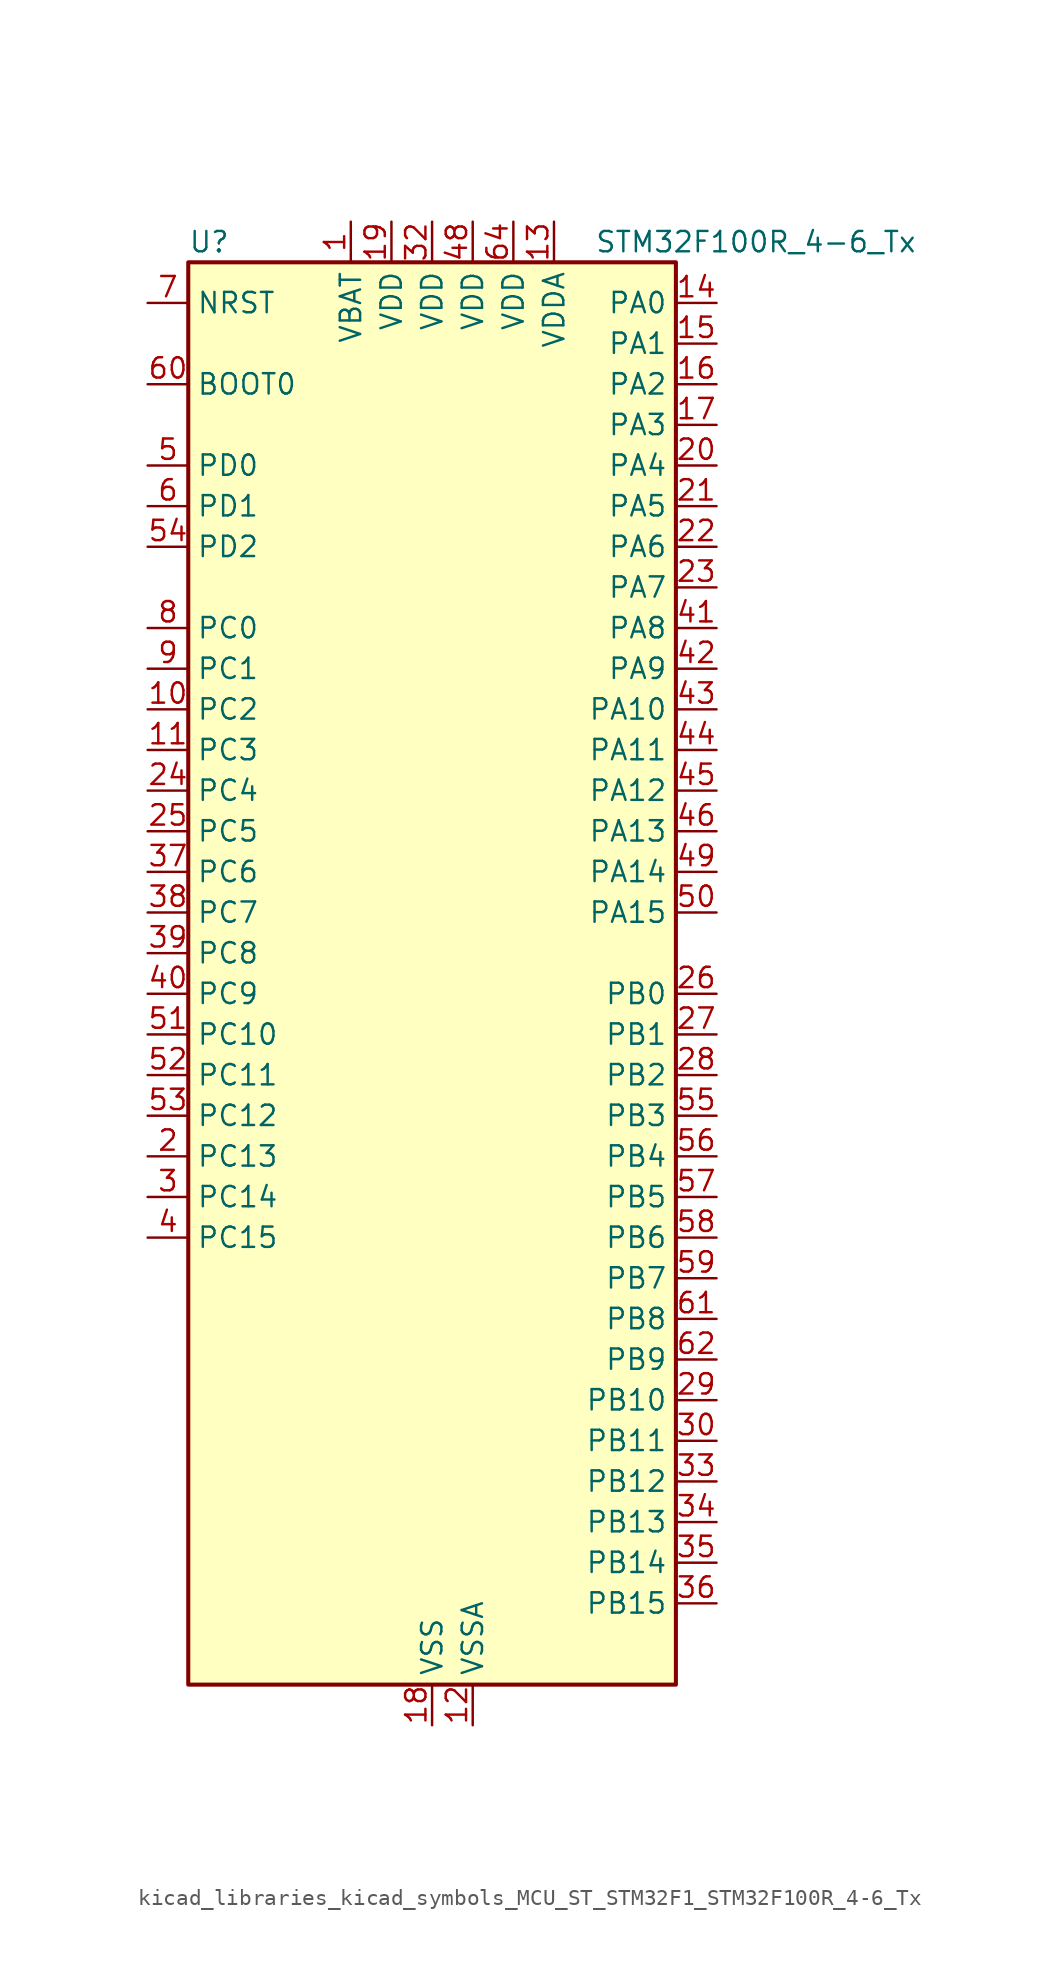
<source format=kicad_sym>
(kicad_symbol_lib
  (version 20220914)
  (generator kicad_symbol_editor)
  (symbol "kicad_libraries_kicad_symbols_MCU_ST_STM32F1_STM32F100R_4-6_Tx"
    (property "Reference" "U"
      (at -15.24 46.99 0)
      (effects (font (size 1.27 1.27)) (justify left)))
    (property "Value" "STM32F100R_4-6_Tx"
      (at 10.16 46.99 0)
      (effects (font (size 1.27 1.27)) (justify left)))
    (property "ki_locked" ""
      (at 0 0 0)
      (effects (font (size 1.27 1.27))))
    (symbol "kicad_libraries_kicad_symbols_MCU_ST_STM32F1_STM32F100R_4-6_Tx_0_1"
      (rectangle (start -15.24 -43.18) (end 15.24 45.72) (stroke (width 0.254) (type default)) (fill (type background))))
    (symbol "kicad_libraries_kicad_symbols_MCU_ST_STM32F1_STM32F100R_4-6_Tx_1_1"
      (pin power_in line (at -5.08 48.26 270) (length 2.54) (name "VBAT" (effects (font (size 1.27 1.27)))) (number "1" (effects (font (size 1.27 1.27)))))
      (pin bidirectional line (at -17.78 17.78 0) (length 2.54) (name "PC2" (effects (font (size 1.27 1.27)))) (number "10" (effects (font (size 1.27 1.27)))) (alternate "ADC1_IN12" bidirectional line))
      (pin bidirectional line (at -17.78 15.24 0) (length 2.54) (name "PC3" (effects (font (size 1.27 1.27)))) (number "11" (effects (font (size 1.27 1.27)))) (alternate "ADC1_IN13" bidirectional line))
      (pin power_in line (at 2.54 -45.72 90) (length 2.54) (name "VSSA" (effects (font (size 1.27 1.27)))) (number "12" (effects (font (size 1.27 1.27)))))
      (pin power_in line (at 7.62 48.26 270) (length 2.54) (name "VDDA" (effects (font (size 1.27 1.27)))) (number "13" (effects (font (size 1.27 1.27)))))
      (pin bidirectional line (at 17.78 43.18 180) (length 2.54) (name "PA0" (effects (font (size 1.27 1.27)))) (number "14" (effects (font (size 1.27 1.27)))) (alternate "ADC1_IN0" bidirectional line) (alternate "SYS_WKUP" bidirectional line) (alternate "TIM2_CH1" bidirectional line) (alternate "TIM2_ETR" bidirectional line) (alternate "USART2_CTS" bidirectional line))
      (pin bidirectional line (at 17.78 40.64 180) (length 2.54) (name "PA1" (effects (font (size 1.27 1.27)))) (number "15" (effects (font (size 1.27 1.27)))) (alternate "ADC1_IN1" bidirectional line) (alternate "TIM2_CH2" bidirectional line) (alternate "USART2_RTS" bidirectional line))
      (pin bidirectional line (at 17.78 38.1 180) (length 2.54) (name "PA2" (effects (font (size 1.27 1.27)))) (number "16" (effects (font (size 1.27 1.27)))) (alternate "ADC1_IN2" bidirectional line) (alternate "TIM15_CH1" bidirectional line) (alternate "TIM2_CH3" bidirectional line) (alternate "USART2_TX" bidirectional line))
      (pin bidirectional line (at 17.78 35.56 180) (length 2.54) (name "PA3" (effects (font (size 1.27 1.27)))) (number "17" (effects (font (size 1.27 1.27)))) (alternate "ADC1_IN3" bidirectional line) (alternate "TIM15_CH2" bidirectional line) (alternate "TIM2_CH4" bidirectional line) (alternate "USART2_RX" bidirectional line))
      (pin power_in line (at 0 -45.72 90) (length 2.54) (name "VSS" (effects (font (size 1.27 1.27)))) (number "18" (effects (font (size 1.27 1.27)))))
      (pin power_in line (at -2.54 48.26 270) (length 2.54) (name "VDD" (effects (font (size 1.27 1.27)))) (number "19" (effects (font (size 1.27 1.27)))))
      (pin bidirectional line (at -17.78 -10.16 0) (length 2.54) (name "PC13" (effects (font (size 1.27 1.27)))) (number "2" (effects (font (size 1.27 1.27)))) (alternate "RTC_OUT" bidirectional line) (alternate "RTC_TAMPER" bidirectional line))
      (pin bidirectional line (at 17.78 33.02 180) (length 2.54) (name "PA4" (effects (font (size 1.27 1.27)))) (number "20" (effects (font (size 1.27 1.27)))) (alternate "ADC1_IN4" bidirectional line) (alternate "DAC_OUT1" bidirectional line) (alternate "SPI1_NSS" bidirectional line) (alternate "USART2_CK" bidirectional line))
      (pin bidirectional line (at 17.78 30.48 180) (length 2.54) (name "PA5" (effects (font (size 1.27 1.27)))) (number "21" (effects (font (size 1.27 1.27)))) (alternate "ADC1_IN5" bidirectional line) (alternate "DAC_OUT2" bidirectional line) (alternate "SPI1_SCK" bidirectional line))
      (pin bidirectional line (at 17.78 27.94 180) (length 2.54) (name "PA6" (effects (font (size 1.27 1.27)))) (number "22" (effects (font (size 1.27 1.27)))) (alternate "ADC1_IN6" bidirectional line) (alternate "SPI1_MISO" bidirectional line) (alternate "TIM16_CH1" bidirectional line) (alternate "TIM1_BKIN" bidirectional line) (alternate "TIM3_CH1" bidirectional line))
      (pin bidirectional line (at 17.78 25.4 180) (length 2.54) (name "PA7" (effects (font (size 1.27 1.27)))) (number "23" (effects (font (size 1.27 1.27)))) (alternate "ADC1_IN7" bidirectional line) (alternate "SPI1_MOSI" bidirectional line) (alternate "TIM17_CH1" bidirectional line) (alternate "TIM1_CH1N" bidirectional line) (alternate "TIM3_CH2" bidirectional line))
      (pin bidirectional line (at -17.78 12.7 0) (length 2.54) (name "PC4" (effects (font (size 1.27 1.27)))) (number "24" (effects (font (size 1.27 1.27)))) (alternate "ADC1_IN14" bidirectional line))
      (pin bidirectional line (at -17.78 10.16 0) (length 2.54) (name "PC5" (effects (font (size 1.27 1.27)))) (number "25" (effects (font (size 1.27 1.27)))) (alternate "ADC1_IN15" bidirectional line))
      (pin bidirectional line (at 17.78 0 180) (length 2.54) (name "PB0" (effects (font (size 1.27 1.27)))) (number "26" (effects (font (size 1.27 1.27)))) (alternate "ADC1_IN8" bidirectional line) (alternate "TIM1_CH2N" bidirectional line) (alternate "TIM3_CH3" bidirectional line))
      (pin bidirectional line (at 17.78 -2.54 180) (length 2.54) (name "PB1" (effects (font (size 1.27 1.27)))) (number "27" (effects (font (size 1.27 1.27)))) (alternate "ADC1_IN9" bidirectional line) (alternate "TIM1_CH3N" bidirectional line) (alternate "TIM3_CH4" bidirectional line))
      (pin bidirectional line (at 17.78 -5.08 180) (length 2.54) (name "PB2" (effects (font (size 1.27 1.27)))) (number "28" (effects (font (size 1.27 1.27)))))
      (pin bidirectional line (at 17.78 -25.4 180) (length 2.54) (name "PB10" (effects (font (size 1.27 1.27)))) (number "29" (effects (font (size 1.27 1.27)))) (alternate "CEC" bidirectional line) (alternate "TIM2_CH3" bidirectional line))
      (pin bidirectional line (at -17.78 -12.7 0) (length 2.54) (name "PC14" (effects (font (size 1.27 1.27)))) (number "3" (effects (font (size 1.27 1.27)))) (alternate "RCC_OSC32_IN" bidirectional line))
      (pin bidirectional line (at 17.78 -27.94 180) (length 2.54) (name "PB11" (effects (font (size 1.27 1.27)))) (number "30" (effects (font (size 1.27 1.27)))) (alternate "ADC1_EXTI11" bidirectional line) (alternate "TIM2_CH4" bidirectional line))
      (pin passive line (at 0 -45.72 90) (length 2.54) hide (name "VSS" (effects (font (size 1.27 1.27)))) (number "31" (effects (font (size 1.27 1.27)))))
      (pin power_in line (at 0 48.26 270) (length 2.54) (name "VDD" (effects (font (size 1.27 1.27)))) (number "32" (effects (font (size 1.27 1.27)))))
      (pin bidirectional line (at 17.78 -30.48 180) (length 2.54) (name "PB12" (effects (font (size 1.27 1.27)))) (number "33" (effects (font (size 1.27 1.27)))) (alternate "TIM1_BKIN" bidirectional line))
      (pin bidirectional line (at 17.78 -33.02 180) (length 2.54) (name "PB13" (effects (font (size 1.27 1.27)))) (number "34" (effects (font (size 1.27 1.27)))) (alternate "TIM1_CH1N" bidirectional line))
      (pin bidirectional line (at 17.78 -35.56 180) (length 2.54) (name "PB14" (effects (font (size 1.27 1.27)))) (number "35" (effects (font (size 1.27 1.27)))) (alternate "TIM15_CH1" bidirectional line) (alternate "TIM1_CH2N" bidirectional line))
      (pin bidirectional line (at 17.78 -38.1 180) (length 2.54) (name "PB15" (effects (font (size 1.27 1.27)))) (number "36" (effects (font (size 1.27 1.27)))) (alternate "ADC1_EXTI15" bidirectional line) (alternate "TIM15_CH1N" bidirectional line) (alternate "TIM15_CH2" bidirectional line) (alternate "TIM1_CH3N" bidirectional line))
      (pin bidirectional line (at -17.78 7.62 0) (length 2.54) (name "PC6" (effects (font (size 1.27 1.27)))) (number "37" (effects (font (size 1.27 1.27)))) (alternate "TIM3_CH1" bidirectional line))
      (pin bidirectional line (at -17.78 5.08 0) (length 2.54) (name "PC7" (effects (font (size 1.27 1.27)))) (number "38" (effects (font (size 1.27 1.27)))) (alternate "TIM3_CH2" bidirectional line))
      (pin bidirectional line (at -17.78 2.54 0) (length 2.54) (name "PC8" (effects (font (size 1.27 1.27)))) (number "39" (effects (font (size 1.27 1.27)))) (alternate "TIM3_CH3" bidirectional line))
      (pin bidirectional line (at -17.78 -15.24 0) (length 2.54) (name "PC15" (effects (font (size 1.27 1.27)))) (number "4" (effects (font (size 1.27 1.27)))) (alternate "ADC1_EXTI15" bidirectional line) (alternate "RCC_OSC32_OUT" bidirectional line))
      (pin bidirectional line (at -17.78 0 0) (length 2.54) (name "PC9" (effects (font (size 1.27 1.27)))) (number "40" (effects (font (size 1.27 1.27)))) (alternate "DAC_EXTI9" bidirectional line) (alternate "TIM3_CH4" bidirectional line))
      (pin bidirectional line (at 17.78 22.86 180) (length 2.54) (name "PA8" (effects (font (size 1.27 1.27)))) (number "41" (effects (font (size 1.27 1.27)))) (alternate "RCC_MCO" bidirectional line) (alternate "TIM1_CH1" bidirectional line) (alternate "USART1_CK" bidirectional line))
      (pin bidirectional line (at 17.78 20.32 180) (length 2.54) (name "PA9" (effects (font (size 1.27 1.27)))) (number "42" (effects (font (size 1.27 1.27)))) (alternate "DAC_EXTI9" bidirectional line) (alternate "TIM15_BKIN" bidirectional line) (alternate "TIM1_CH2" bidirectional line) (alternate "USART1_TX" bidirectional line))
      (pin bidirectional line (at 17.78 17.78 180) (length 2.54) (name "PA10" (effects (font (size 1.27 1.27)))) (number "43" (effects (font (size 1.27 1.27)))) (alternate "TIM17_BKIN" bidirectional line) (alternate "TIM1_CH3" bidirectional line) (alternate "USART1_RX" bidirectional line))
      (pin bidirectional line (at 17.78 15.24 180) (length 2.54) (name "PA11" (effects (font (size 1.27 1.27)))) (number "44" (effects (font (size 1.27 1.27)))) (alternate "ADC1_EXTI11" bidirectional line) (alternate "TIM1_CH4" bidirectional line) (alternate "USART1_CTS" bidirectional line))
      (pin bidirectional line (at 17.78 12.7 180) (length 2.54) (name "PA12" (effects (font (size 1.27 1.27)))) (number "45" (effects (font (size 1.27 1.27)))) (alternate "TIM1_ETR" bidirectional line) (alternate "USART1_RTS" bidirectional line))
      (pin bidirectional line (at 17.78 10.16 180) (length 2.54) (name "PA13" (effects (font (size 1.27 1.27)))) (number "46" (effects (font (size 1.27 1.27)))) (alternate "SYS_JTMS-SWDIO" bidirectional line))
      (pin passive line (at 0 -45.72 90) (length 2.54) hide (name "VSS" (effects (font (size 1.27 1.27)))) (number "47" (effects (font (size 1.27 1.27)))))
      (pin power_in line (at 2.54 48.26 270) (length 2.54) (name "VDD" (effects (font (size 1.27 1.27)))) (number "48" (effects (font (size 1.27 1.27)))))
      (pin bidirectional line (at 17.78 7.62 180) (length 2.54) (name "PA14" (effects (font (size 1.27 1.27)))) (number "49" (effects (font (size 1.27 1.27)))) (alternate "SYS_JTCK-SWCLK" bidirectional line))
      (pin bidirectional line (at -17.78 33.02 0) (length 2.54) (name "PD0" (effects (font (size 1.27 1.27)))) (number "5" (effects (font (size 1.27 1.27)))) (alternate "RCC_OSC_IN" bidirectional line))
      (pin bidirectional line (at 17.78 5.08 180) (length 2.54) (name "PA15" (effects (font (size 1.27 1.27)))) (number "50" (effects (font (size 1.27 1.27)))) (alternate "ADC1_EXTI15" bidirectional line) (alternate "SPI1_NSS" bidirectional line) (alternate "SYS_JTDI" bidirectional line) (alternate "TIM2_CH1" bidirectional line) (alternate "TIM2_ETR" bidirectional line))
      (pin bidirectional line (at -17.78 -2.54 0) (length 2.54) (name "PC10" (effects (font (size 1.27 1.27)))) (number "51" (effects (font (size 1.27 1.27)))))
      (pin bidirectional line (at -17.78 -5.08 0) (length 2.54) (name "PC11" (effects (font (size 1.27 1.27)))) (number "52" (effects (font (size 1.27 1.27)))) (alternate "ADC1_EXTI11" bidirectional line))
      (pin bidirectional line (at -17.78 -7.62 0) (length 2.54) (name "PC12" (effects (font (size 1.27 1.27)))) (number "53" (effects (font (size 1.27 1.27)))))
      (pin bidirectional line (at -17.78 27.94 0) (length 2.54) (name "PD2" (effects (font (size 1.27 1.27)))) (number "54" (effects (font (size 1.27 1.27)))) (alternate "TIM3_ETR" bidirectional line))
      (pin bidirectional line (at 17.78 -7.62 180) (length 2.54) (name "PB3" (effects (font (size 1.27 1.27)))) (number "55" (effects (font (size 1.27 1.27)))) (alternate "SPI1_SCK" bidirectional line) (alternate "SYS_JTDO-TRACESWO" bidirectional line) (alternate "TIM2_CH2" bidirectional line))
      (pin bidirectional line (at 17.78 -10.16 180) (length 2.54) (name "PB4" (effects (font (size 1.27 1.27)))) (number "56" (effects (font (size 1.27 1.27)))) (alternate "SPI1_MISO" bidirectional line) (alternate "SYS_NJTRST" bidirectional line) (alternate "TIM3_CH1" bidirectional line))
      (pin bidirectional line (at 17.78 -12.7 180) (length 2.54) (name "PB5" (effects (font (size 1.27 1.27)))) (number "57" (effects (font (size 1.27 1.27)))) (alternate "I2C1_SMBA" bidirectional line) (alternate "SPI1_MOSI" bidirectional line) (alternate "TIM16_BKIN" bidirectional line) (alternate "TIM3_CH2" bidirectional line))
      (pin bidirectional line (at 17.78 -15.24 180) (length 2.54) (name "PB6" (effects (font (size 1.27 1.27)))) (number "58" (effects (font (size 1.27 1.27)))) (alternate "I2C1_SCL" bidirectional line) (alternate "TIM16_CH1N" bidirectional line) (alternate "USART1_TX" bidirectional line))
      (pin bidirectional line (at 17.78 -17.78 180) (length 2.54) (name "PB7" (effects (font (size 1.27 1.27)))) (number "59" (effects (font (size 1.27 1.27)))) (alternate "I2C1_SDA" bidirectional line) (alternate "TIM17_CH1N" bidirectional line) (alternate "USART1_RX" bidirectional line))
      (pin bidirectional line (at -17.78 30.48 0) (length 2.54) (name "PD1" (effects (font (size 1.27 1.27)))) (number "6" (effects (font (size 1.27 1.27)))) (alternate "RCC_OSC_OUT" bidirectional line))
      (pin input line (at -17.78 38.1 0) (length 2.54) (name "BOOT0" (effects (font (size 1.27 1.27)))) (number "60" (effects (font (size 1.27 1.27)))))
      (pin bidirectional line (at 17.78 -20.32 180) (length 2.54) (name "PB8" (effects (font (size 1.27 1.27)))) (number "61" (effects (font (size 1.27 1.27)))) (alternate "CEC" bidirectional line) (alternate "I2C1_SCL" bidirectional line) (alternate "TIM16_CH1" bidirectional line))
      (pin bidirectional line (at 17.78 -22.86 180) (length 2.54) (name "PB9" (effects (font (size 1.27 1.27)))) (number "62" (effects (font (size 1.27 1.27)))) (alternate "DAC_EXTI9" bidirectional line) (alternate "I2C1_SDA" bidirectional line) (alternate "TIM17_CH1" bidirectional line))
      (pin passive line (at 0 -45.72 90) (length 2.54) hide (name "VSS" (effects (font (size 1.27 1.27)))) (number "63" (effects (font (size 1.27 1.27)))))
      (pin power_in line (at 5.08 48.26 270) (length 2.54) (name "VDD" (effects (font (size 1.27 1.27)))) (number "64" (effects (font (size 1.27 1.27)))))
      (pin input line (at -17.78 43.18 0) (length 2.54) (name "NRST" (effects (font (size 1.27 1.27)))) (number "7" (effects (font (size 1.27 1.27)))))
      (pin bidirectional line (at -17.78 22.86 0) (length 2.54) (name "PC0" (effects (font (size 1.27 1.27)))) (number "8" (effects (font (size 1.27 1.27)))) (alternate "ADC1_IN10" bidirectional line))
      (pin bidirectional line (at -17.78 20.32 0) (length 2.54) (name "PC1" (effects (font (size 1.27 1.27)))) (number "9" (effects (font (size 1.27 1.27)))) (alternate "ADC1_IN11" bidirectional line)))))
</source>
